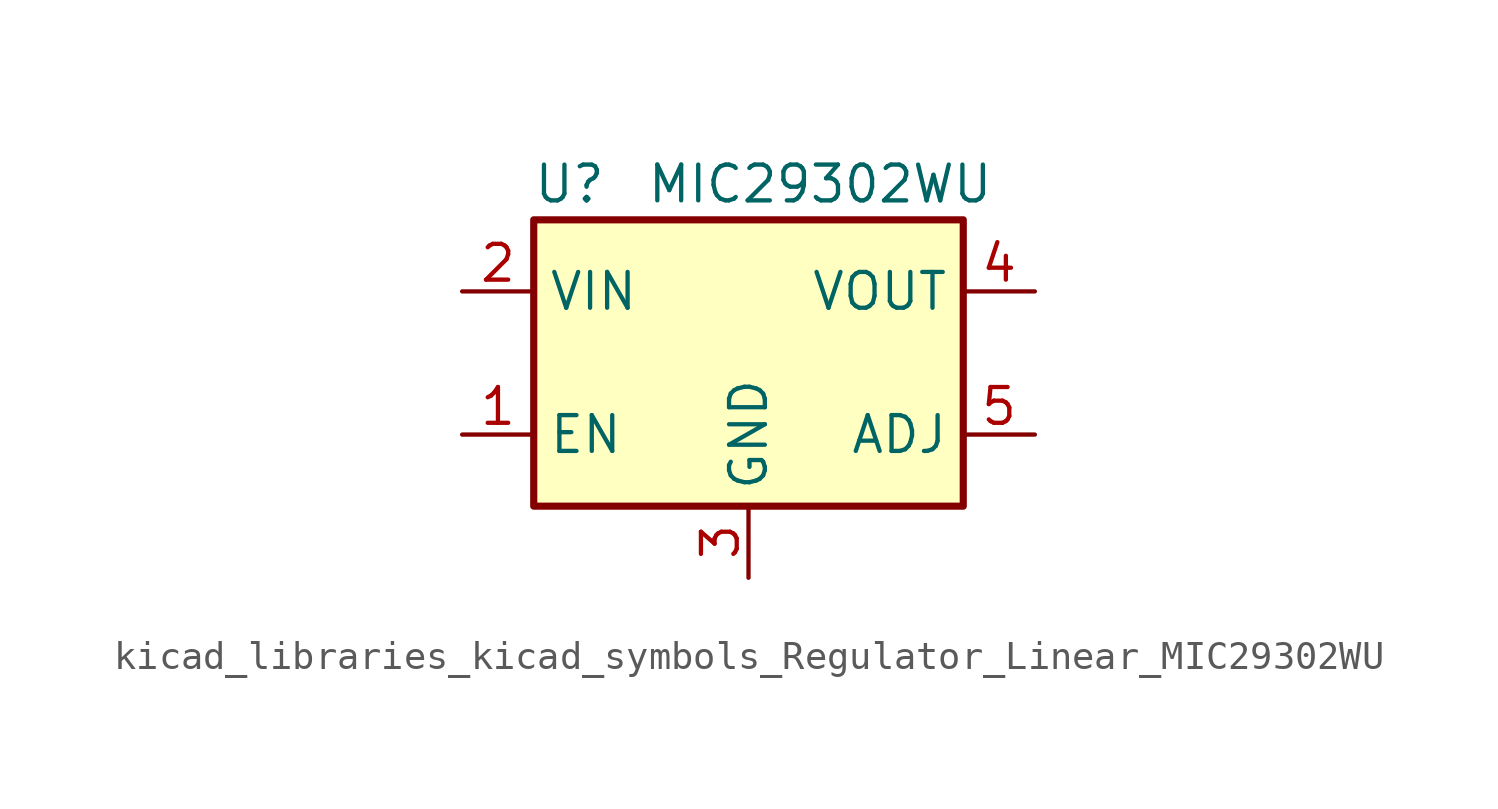
<source format=kicad_sym>
(kicad_symbol_lib
  (version 20220914)
  (generator kicad_symbol_editor)
  (symbol "kicad_libraries_kicad_symbols_Regulator_Linear_MIC29302WU"
    (property "Reference" "U"
      (at -6.35 6.35 0)
      (effects (font (size 1.27 1.27))))
    (property "Value" "MIC29302WU"
      (at 2.54 6.35 0)
      (effects (font (size 1.27 1.27))))
    (symbol "kicad_libraries_kicad_symbols_Regulator_Linear_MIC29302WU_1_1"
      (rectangle (start -7.62 5.08) (end 7.62 -5.08) (stroke (width 0.254) (type default)) (fill (type background)))
      (pin input line (at -10.16 -2.54 0) (length 2.54) (name "EN" (effects (font (size 1.27 1.27)))) (number "1" (effects (font (size 1.27 1.27)))))
      (pin power_in line (at -10.16 2.54 0) (length 2.54) (name "VIN" (effects (font (size 1.27 1.27)))) (number "2" (effects (font (size 1.27 1.27)))))
      (pin power_in line (at 0 -7.62 90) (length 2.54) (name "GND" (effects (font (size 1.27 1.27)))) (number "3" (effects (font (size 1.27 1.27)))))
      (pin power_out line (at 10.16 2.54 180) (length 2.54) (name "VOUT" (effects (font (size 1.27 1.27)))) (number "4" (effects (font (size 1.27 1.27)))))
      (pin input line (at 10.16 -2.54 180) (length 2.54) (name "ADJ" (effects (font (size 1.27 1.27)))) (number "5" (effects (font (size 1.27 1.27))))))))
</source>
